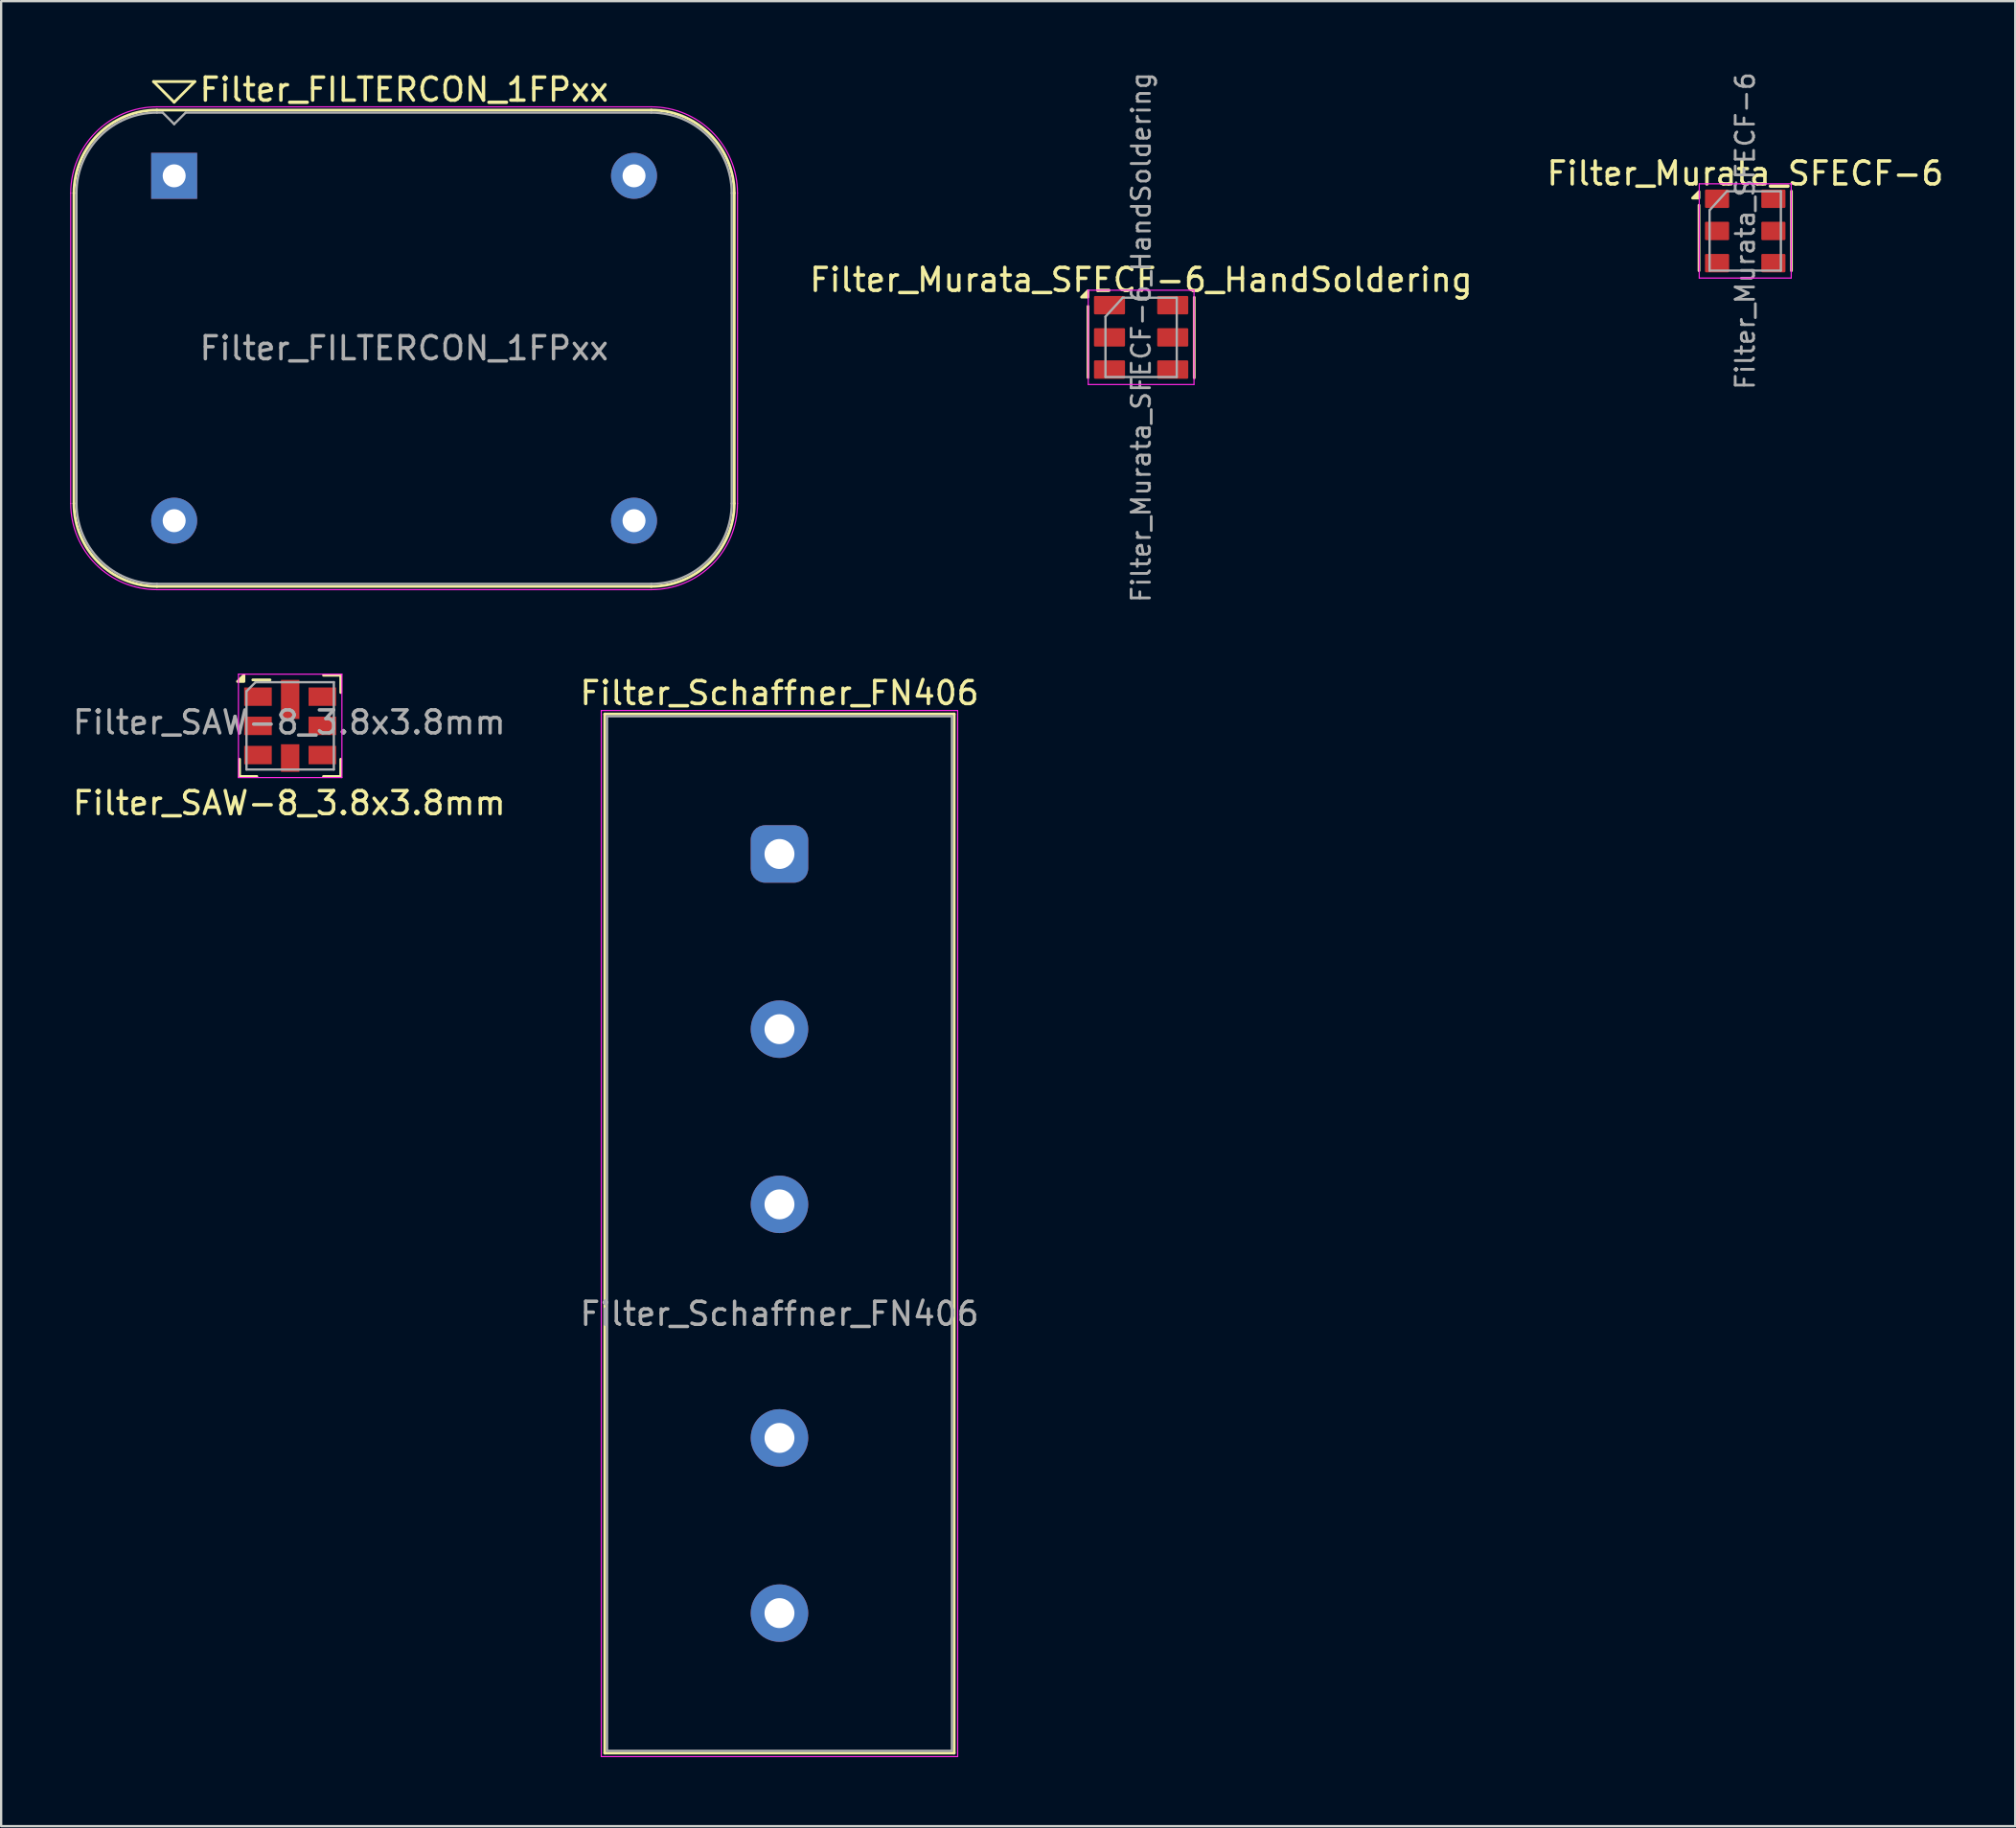
<source format=kicad_pcb>
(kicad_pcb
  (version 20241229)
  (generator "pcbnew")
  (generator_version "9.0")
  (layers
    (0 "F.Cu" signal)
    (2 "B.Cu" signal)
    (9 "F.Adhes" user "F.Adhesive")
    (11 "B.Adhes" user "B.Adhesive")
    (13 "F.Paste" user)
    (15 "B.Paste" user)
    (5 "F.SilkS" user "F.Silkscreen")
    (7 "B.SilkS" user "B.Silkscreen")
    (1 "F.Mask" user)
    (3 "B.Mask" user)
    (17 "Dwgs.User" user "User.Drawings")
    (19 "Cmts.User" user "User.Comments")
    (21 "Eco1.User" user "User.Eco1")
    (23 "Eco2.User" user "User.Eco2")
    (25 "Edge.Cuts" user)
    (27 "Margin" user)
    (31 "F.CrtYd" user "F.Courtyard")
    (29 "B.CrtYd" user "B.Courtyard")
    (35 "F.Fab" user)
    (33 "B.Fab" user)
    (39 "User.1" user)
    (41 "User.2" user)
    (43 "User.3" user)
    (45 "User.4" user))
  (footprint "Filter_Schaffner_FN406"
    (layer "F.Cu")
    (at 30.851 34.096)
    (property "Reference" "Filter_Schaffner_FN406" (at 0 -7 0) (layer "F.SilkS") (effects (font (size 1 1) (thickness 0.15))))
    (attr through_hole)
    (fp_line (start -7.6 -6.09) (end -7.6 39.11) (stroke (width 0.12) (type solid)) (layer "F.SilkS"))
    (fp_line (start -7.6 -6.09) (end 7.6 -6.09) (stroke (width 0.12) (type solid)) (layer "F.SilkS"))
    (fp_line (start -7.6 39.11) (end 7.6 39.11) (stroke (width 0.12) (type solid)) (layer "F.SilkS"))
    (fp_line (start 7.6 39.11) (end 7.6 -6.09) (stroke (width 0.12) (type solid)) (layer "F.SilkS"))
    (fp_line (start -7.75 -6.24) (end -7.75 39.26) (stroke (width 0.05) (type solid)) (layer "F.CrtYd"))
    (fp_line (start -7.75 -6.24) (end 7.75 -6.24) (stroke (width 0.05) (type solid)) (layer "F.CrtYd"))
    (fp_line (start -7.75 39.26) (end 7.75 39.26) (stroke (width 0.05) (type solid)) (layer "F.CrtYd"))
    (fp_line (start 7.75 -6.24) (end 7.75 39.26) (stroke (width 0.05) (type solid)) (layer "F.CrtYd"))
    (fp_line (start -7.5 -5.99) (end -7.5 39.01) (stroke (width 0.1) (type solid)) (layer "F.Fab"))
    (fp_line (start -7.5 -5.99) (end 7.5 -5.99) (stroke (width 0.1) (type solid)) (layer "F.Fab"))
    (fp_line (start -7.5 39.01) (end 7.5 39.01) (stroke (width 0.1) (type solid)) (layer "F.Fab"))
    (fp_line (start 7.5 -5.99) (end 7.5 39.01) (stroke (width 0.1) (type solid)) (layer "F.Fab"))
    (fp_text user "${REFERENCE}" (at 0 20 0) (layer "F.Fab") (effects (font (size 1 1) (thickness 0.15))))
    (pad "1" thru_hole roundrect (at 0 0) (size 2.5 2.5) (drill 1.3) (layers "*.Cu" "*.Mask") (roundrect_rratio 0.25))
    (pad "2" thru_hole circle (at 0 7.62) (size 2.5 2.5) (drill 1.3) (layers "*.Cu" "*.Mask"))
    (pad "3" thru_hole circle (at 0 15.24) (size 2.5 2.5) (drill 1.3) (layers "*.Cu" "*.Mask"))
    (pad "4" thru_hole circle (at 0 25.4) (size 2.5 2.5) (drill 1.3) (layers "*.Cu" "*.Mask"))
    (pad "5" thru_hole circle (at 0 33.02) (size 2.5 2.5) (drill 1.3) (layers "*.Cu" "*.Mask")))
  (footprint "Filter_Murata_SFECF-6_HandSoldering"
    (layer "F.Cu")
    (at 46.58 11.624)
    (property "Reference" "Filter_Murata_SFECF-6_HandSoldering" (at 0 -2.5 0) (layer "F.SilkS") (effects (font (size 1 1) (thickness 0.15))))
    (attr smd)
    (fp_line (start -2.31 1.75) (end -2.31 -1.35) (stroke (width 0.12) (type solid)) (layer "F.SilkS"))
    (fp_line (start 2.31 1.76) (end 2.31 -1.74) (stroke (width 0.12) (type solid)) (layer "F.SilkS"))
    (fp_poly (pts (xy -2.31 -1.75) (xy -2.59 -1.75) (xy -2.31 -2.03) (xy -2.31 -1.75)) (stroke (width 0.12) (type solid)) (fill yes) (layer "F.SilkS"))
    (fp_line (start -2.3 -2.05) (end -2.3 2.05) (stroke (width 0.05) (type solid)) (layer "F.CrtYd"))
    (fp_line (start -2.3 2.05) (end 2.3 2.05) (stroke (width 0.05) (type solid)) (layer "F.CrtYd"))
    (fp_line (start 2.3 -2.05) (end -2.3 -2.05) (stroke (width 0.05) (type solid)) (layer "F.CrtYd"))
    (fp_line (start 2.3 -2.05) (end 2.3 2.05) (stroke (width 0.05) (type solid)) (layer "F.CrtYd"))
    (fp_line (start -1.55 -0.9) (end -1.55 1.725) (stroke (width 0.1) (type solid)) (layer "F.Fab"))
    (fp_line (start -1.55 1.725) (end 1.55 1.725) (stroke (width 0.1) (type solid)) (layer "F.Fab"))
    (fp_line (start -0.8 -1.725) (end -1.55 -0.9) (stroke (width 0.1) (type solid)) (layer "F.Fab"))
    (fp_line (start 1.55 -1.725) (end -0.8 -1.725) (stroke (width 0.1) (type solid)) (layer "F.Fab"))
    (fp_line (start 1.55 -1.725) (end 1.55 1.725) (stroke (width 0.1) (type solid)) (layer "F.Fab"))
    (fp_text user "${REFERENCE}" (at 0 0 90) (layer "F.Fab") (effects (font (size 0.8 0.8) (thickness 0.12))))
    (pad "1" smd roundrect (at -1.375 -1.4) (size 1.35 0.8) (layers "F.Cu" "F.Mask" "F.Paste") (roundrect_rratio 0.062))
    (pad "2" smd roundrect (at -1.375 0) (size 1.35 0.8) (layers "F.Cu" "F.Mask" "F.Paste") (roundrect_rratio 0.062))
    (pad "3" smd roundrect (at -1.375 1.4) (size 1.35 0.8) (layers "F.Cu" "F.Mask" "F.Paste") (roundrect_rratio 0.062))
    (pad "4" smd roundrect (at 1.375 1.4) (size 1.35 0.8) (layers "F.Cu" "F.Mask" "F.Paste") (roundrect_rratio 0.062))
    (pad "5" smd roundrect (at 1.375 0) (size 1.35 0.8) (layers "F.Cu" "F.Mask" "F.Paste") (roundrect_rratio 0.062))
    (pad "6" smd roundrect (at 1.375 -1.4) (size 1.35 0.8) (layers "F.Cu" "F.Mask" "F.Paste") (roundrect_rratio 0.062)))
  (footprint "Filter_Murata_SFECF-6"
    (layer "F.Cu")
    (at 72.854 6.995)
    (property "Reference" "Filter_Murata_SFECF-6" (at 0 -2.5 0) (layer "F.SilkS") (effects (font (size 1 1) (thickness 0.15))))
    (attr smd)
    (fp_line (start -2.01 1.73) (end -2.01 -1.12) (stroke (width 0.12) (type solid)) (layer "F.SilkS"))
    (fp_line (start 2.01 1.73) (end 2.01 -1.73) (stroke (width 0.12) (type solid)) (layer "F.SilkS"))
    (fp_poly (pts (xy -2.01 -1.43) (xy -2.29 -1.43) (xy -2.01 -1.71) (xy -2.01 -1.43)) (stroke (width 0.12) (type solid)) (fill yes) (layer "F.SilkS"))
    (fp_line (start -2 -2.05) (end -2 2.05) (stroke (width 0.05) (type solid)) (layer "F.CrtYd"))
    (fp_line (start -2 2.05) (end 2 2.05) (stroke (width 0.05) (type solid)) (layer "F.CrtYd"))
    (fp_line (start 2 -2.05) (end -2 -2.05) (stroke (width 0.05) (type solid)) (layer "F.CrtYd"))
    (fp_line (start 2 -2.05) (end 2 2.05) (stroke (width 0.05) (type solid)) (layer "F.CrtYd"))
    (fp_line (start -1.55 -0.9) (end -1.55 1.725) (stroke (width 0.1) (type solid)) (layer "F.Fab"))
    (fp_line (start -1.55 1.725) (end 1.55 1.725) (stroke (width 0.1) (type solid)) (layer "F.Fab"))
    (fp_line (start -0.8 -1.725) (end -1.55 -0.9) (stroke (width 0.1) (type solid)) (layer "F.Fab"))
    (fp_line (start 1.55 -1.725) (end -0.8 -1.725) (stroke (width 0.1) (type solid)) (layer "F.Fab"))
    (fp_line (start 1.55 -1.725) (end 1.55 1.725) (stroke (width 0.1) (type solid)) (layer "F.Fab"))
    (fp_text user "${REFERENCE}" (at 0 0 90) (layer "F.Fab") (effects (font (size 0.8 0.8) (thickness 0.12))))
    (pad "1" smd roundrect (at -1.225 -1.4) (size 1.05 0.8) (layers "F.Cu" "F.Mask" "F.Paste") (roundrect_rratio 0.062))
    (pad "2" smd roundrect (at -1.225 0) (size 1.05 0.8) (layers "F.Cu" "F.Mask" "F.Paste") (roundrect_rratio 0.062))
    (pad "3" smd roundrect (at -1.225 1.4) (size 1.05 0.8) (layers "F.Cu" "F.Mask" "F.Paste") (roundrect_rratio 0.062))
    (pad "4" smd roundrect (at 1.225 1.4) (size 1.05 0.8) (layers "F.Cu" "F.Mask" "F.Paste") (roundrect_rratio 0.062))
    (pad "5" smd roundrect (at 1.225 0) (size 1.05 0.8) (layers "F.Cu" "F.Mask" "F.Paste") (roundrect_rratio 0.062))
    (pad "6" smd roundrect (at 1.225 -1.4) (size 1.05 0.8) (layers "F.Cu" "F.Mask" "F.Paste") (roundrect_rratio 0.062)))
  (footprint "Filter_SAW-8_3.8x3.8mm"
    (layer "F.Cu")
    (at 9.57 28.523)
    (property "Reference" "Filter_SAW-8_3.8x3.8mm" (at -0.04 3.36 0) (layer "F.SilkS") (effects (font (size 1 1) (thickness 0.15))))
    (attr smd)
    (fp_line (start -2.2 2.2) (end -2.2 1.45) (stroke (width 0.12) (type solid)) (layer "F.SilkS"))
    (fp_line (start -1.625 -2) (end -0.875 -2) (stroke (width 0.12) (type solid)) (layer "F.SilkS"))
    (fp_line (start -1.45 2.2) (end -2.2 2.2) (stroke (width 0.12) (type solid)) (layer "F.SilkS"))
    (fp_line (start 1.45 -2.2) (end 2.2 -2.2) (stroke (width 0.12) (type solid)) (layer "F.SilkS"))
    (fp_line (start 2.2 -2.2) (end 2.2 -1.45) (stroke (width 0.12) (type solid)) (layer "F.SilkS"))
    (fp_line (start 2.2 1.45) (end 2.2 2.2) (stroke (width 0.12) (type solid)) (layer "F.SilkS"))
    (fp_line (start 2.2 2.2) (end 1.45 2.2) (stroke (width 0.12) (type solid)) (layer "F.SilkS"))
    (fp_poly (pts (xy -2.01 -1.93) (xy -2.29 -1.93) (xy -2.01 -2.21) (xy -2.01 -1.93)) (stroke (width 0.12) (type solid)) (fill yes) (layer "F.SilkS"))
    (fp_line (start -2.25 -2.25) (end 2.25 -2.25) (stroke (width 0.05) (type solid)) (layer "F.CrtYd"))
    (fp_line (start -2.25 2.25) (end -2.25 -2.25) (stroke (width 0.05) (type solid)) (layer "F.CrtYd"))
    (fp_line (start 2.25 -2.25) (end 2.25 2.25) (stroke (width 0.05) (type solid)) (layer "F.CrtYd"))
    (fp_line (start 2.25 2.25) (end -2.25 2.25) (stroke (width 0.05) (type solid)) (layer "F.CrtYd"))
    (fp_line (start -1.9 1.9) (end -1.9 -1.505) (stroke (width 0.1) (type solid)) (layer "F.Fab"))
    (fp_line (start -1.505 -1.9) (end -1.9 -1.505) (stroke (width 0.1) (type solid)) (layer "F.Fab"))
    (fp_line (start -1.505 -1.9) (end 1.9 -1.9) (stroke (width 0.1) (type solid)) (layer "F.Fab"))
    (fp_line (start 1.9 -1.9) (end 1.9 1.9) (stroke (width 0.1) (type solid)) (layer "F.Fab"))
    (fp_line (start 1.9 1.9) (end -1.9 1.9) (stroke (width 0.1) (type solid)) (layer "F.Fab"))
    (fp_text user "${REFERENCE}" (at -0.04 -0.15 0) (layer "F.Fab") (effects (font (size 1 1) (thickness 0.15))))
    (pad "1" smd rect (at -1.4 -1.27 270) (size 0.8 1.2) (layers "F.Cu" "F.Mask" "F.Paste"))
    (pad "2" smd rect (at -1.4 0 270) (size 0.8 1.2) (layers "F.Cu" "F.Mask" "F.Paste"))
    (pad "3" smd rect (at -1.4 1.27 270) (size 0.8 1.2) (layers "F.Cu" "F.Mask" "F.Paste"))
    (pad "4" smd rect (at 0 1.4 270) (size 1.2 0.8) (layers "F.Cu" "F.Mask" "F.Paste"))
    (pad "5" smd rect (at 1.4 1.27 270) (size 0.8 1.2) (layers "F.Cu" "F.Mask" "F.Paste"))
    (pad "6" smd rect (at 1.4 0 270) (size 0.8 1.2) (layers "F.Cu" "F.Mask" "F.Paste"))
    (pad "7" smd rect (at 1.4 -1.27 270) (size 0.8 1.2) (layers "F.Cu" "F.Mask" "F.Paste"))
    (pad "8" smd rect (at 0 -1.15 270) (size 1.7 0.8) (layers "F.Cu" "F.Mask" "F.Paste")))
  (footprint "Filter_FILTERCON_1FPxx"
    (layer "F.Cu")
    (at 4.525 4.598)
    (property "Reference" "Filter_FILTERCON_1FPxx" (at 10 -3.75 0) (layer "F.SilkS") (effects (font (size 1 1) (thickness 0.15))))
    (attr through_hole)
    (fp_line (start -4.36 14.25) (end -4.36 0.75) (stroke (width 0.12) (type solid)) (layer "F.SilkS"))
    (fp_line (start -0.9 -4.1) (end 0.9 -4.1) (stroke (width 0.12) (type solid)) (layer "F.SilkS"))
    (fp_line (start -0.75 -2.86) (end 20.75 -2.86) (stroke (width 0.12) (type solid)) (layer "F.SilkS"))
    (fp_line (start 0 -3.2) (end -0.9 -4.1) (stroke (width 0.12) (type solid)) (layer "F.SilkS"))
    (fp_line (start 0.9 -4.1) (end 0 -3.2) (stroke (width 0.12) (type solid)) (layer "F.SilkS"))
    (fp_line (start 20.75 17.86) (end -0.75 17.86) (stroke (width 0.12) (type solid)) (layer "F.SilkS"))
    (fp_line (start 24.36 0.75) (end 24.36 14.25) (stroke (width 0.12) (type solid)) (layer "F.SilkS"))
    (fp_arc (start -4.36 0.75) (mid -3.302655 -1.802655) (end -0.75 -2.86) (stroke (width 0.12) (type solid)) (layer "F.SilkS"))
    (fp_arc (start -0.75 17.86) (mid -3.302655 16.802655) (end -4.36 14.25) (stroke (width 0.12) (type solid)) (layer "F.SilkS"))
    (fp_arc (start 20.75 -2.86) (mid 23.302655 -1.802655) (end 24.36 0.75) (stroke (width 0.12) (type solid)) (layer "F.SilkS"))
    (fp_arc (start 24.36 14.25) (mid 23.302655 16.802655) (end 20.75 17.86) (stroke (width 0.12) (type solid)) (layer "F.SilkS"))
    (fp_line (start -4.5 14.25) (end -4.5 0.75) (stroke (width 0.05) (type solid)) (layer "F.CrtYd"))
    (fp_line (start -0.75 -3) (end 20.75 -3) (stroke (width 0.05) (type solid)) (layer "F.CrtYd"))
    (fp_line (start 20.75 18) (end -0.75 18) (stroke (width 0.05) (type solid)) (layer "F.CrtYd"))
    (fp_line (start 24.5 0.75) (end 24.5 14.25) (stroke (width 0.05) (type solid)) (layer "F.CrtYd"))
    (fp_arc (start -4.5 0.75) (mid -3.40165 -1.90165) (end -0.75 -3) (stroke (width 0.05) (type solid)) (layer "F.CrtYd"))
    (fp_arc (start -0.75 18) (mid -3.40165 16.90165) (end -4.5 14.25) (stroke (width 0.05) (type solid)) (layer "F.CrtYd"))
    (fp_arc (start 20.75 -3) (mid 23.40165 -1.90165) (end 24.5 0.75) (stroke (width 0.05) (type solid)) (layer "F.CrtYd"))
    (fp_arc (start 24.5 14.25) (mid 23.40165 16.90165) (end 20.75 18) (stroke (width 0.05) (type solid)) (layer "F.CrtYd"))
    (fp_line (start -4.25 0.75) (end -4.25 14.25) (stroke (width 0.1) (type solid)) (layer "F.Fab"))
    (fp_line (start -0.75 -2.75) (end -0.5 -2.75) (stroke (width 0.1) (type solid)) (layer "F.Fab"))
    (fp_line (start -0.75 17.75) (end 20.75 17.75) (stroke (width 0.1) (type solid)) (layer "F.Fab"))
    (fp_line (start -0.5 -2.75) (end 0 -2.25) (stroke (width 0.1) (type solid)) (layer "F.Fab"))
    (fp_line (start 0 -2.25) (end 0.5 -2.75) (stroke (width 0.1) (type solid)) (layer "F.Fab"))
    (fp_line (start 0.5 -2.75) (end 20.75 -2.75) (stroke (width 0.1) (type solid)) (layer "F.Fab"))
    (fp_line (start 24.25 0.75) (end 24.25 14.25) (stroke (width 0.1) (type solid)) (layer "F.Fab"))
    (fp_arc (start -4.25 0.75) (mid -3.224874 -1.724874) (end -0.75 -2.75) (stroke (width 0.1) (type solid)) (layer "F.Fab"))
    (fp_arc (start -0.75 17.75) (mid -3.224874 16.724874) (end -4.25 14.25) (stroke (width 0.1) (type solid)) (layer "F.Fab"))
    (fp_arc (start 20.75 -2.75) (mid 23.224874 -1.724874) (end 24.25 0.75) (stroke (width 0.1) (type solid)) (layer "F.Fab"))
    (fp_arc (start 24.25 14.25) (mid 23.224874 16.724874) (end 20.75 17.75) (stroke (width 0.1) (type solid)) (layer "F.Fab"))
    (fp_text user "${REFERENCE}" (at 10 7.5 0) (layer "F.Fab") (effects (font (size 1 1) (thickness 0.15))))
    (pad "1" thru_hole rect (at 0 0) (size 2 2) (drill 1) (layers "*.Cu" "*.Mask"))
    (pad "2" thru_hole circle (at 20 0) (size 2 2) (drill 1) (layers "*.Cu" "*.Mask"))
    (pad "3" thru_hole circle (at 0 15) (size 2 2) (drill 1) (layers "*.Cu" "*.Mask"))
    (pad "4" thru_hole circle (at 20 15) (size 2 2) (drill 1) (layers "*.Cu" "*.Mask")))
  (gr_rect
    (start -3 -3)
    (end 84.598 76.381)
    (stroke (width 0.1) (type default))
    (fill no)
    (layer "Edge.Cuts")))
</source>
